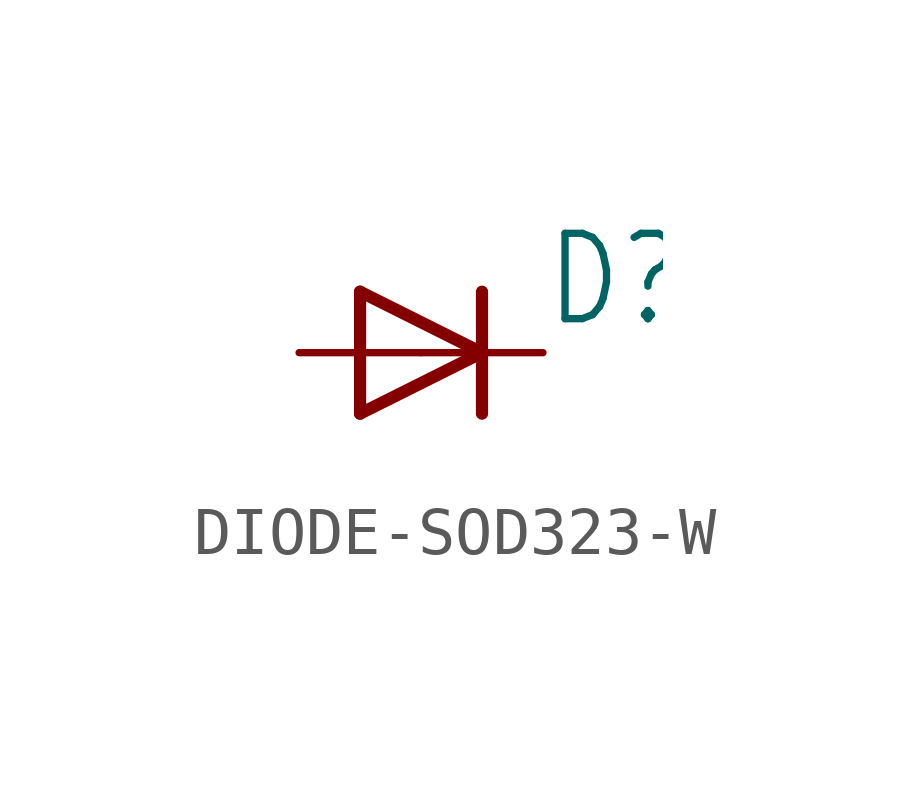
<source format=kicad_sym>
(kicad_symbol_lib
  (version 20220914)
  (generator kicad_symbol_editor)
  (symbol "DIODE-SOD323-W"
    (property "Reference" "D"
      (at 2.54 0.483 0)
      (effects (font (size 1.778 1.511)) (justify left bottom)))
    (property "Value" ""
      (at 2.54 -2.311 0)
      (effects (font (size 1.778 1.511)) (justify left bottom)))
    (property "ki_locked" ""
      (at 0 0 0)
      (effects (font (size 1.27 1.27))))
    (symbol "DIODE-SOD323-W_1_0"
      (polyline (pts (xy -1.27 -1.27) (xy 1.27 0)) (stroke (width 0.254) (type solid)) (fill (type none)))
      (polyline (pts (xy -1.27 1.27) (xy -1.27 -1.27)) (stroke (width 0.254) (type solid)) (fill (type none)))
      (polyline (pts (xy 1.27 0) (xy -1.27 1.27)) (stroke (width 0.254) (type solid)) (fill (type none)))
      (polyline (pts (xy 1.27 0) (xy 1.27 -1.27)) (stroke (width 0.254) (type solid)) (fill (type none)))
      (polyline (pts (xy 1.27 1.27) (xy 1.27 0)) (stroke (width 0.254) (type solid)) (fill (type none)))
      (pin passive line (at -2.54 0 0) (length 2.54) (name "A" (effects (font (size 0 0)))) (number "A" (effects (font (size 0 0)))))
      (pin passive line (at 2.54 0 180) (length 2.54) (name "C" (effects (font (size 0 0)))) (number "C" (effects (font (size 0 0))))))))
</source>
